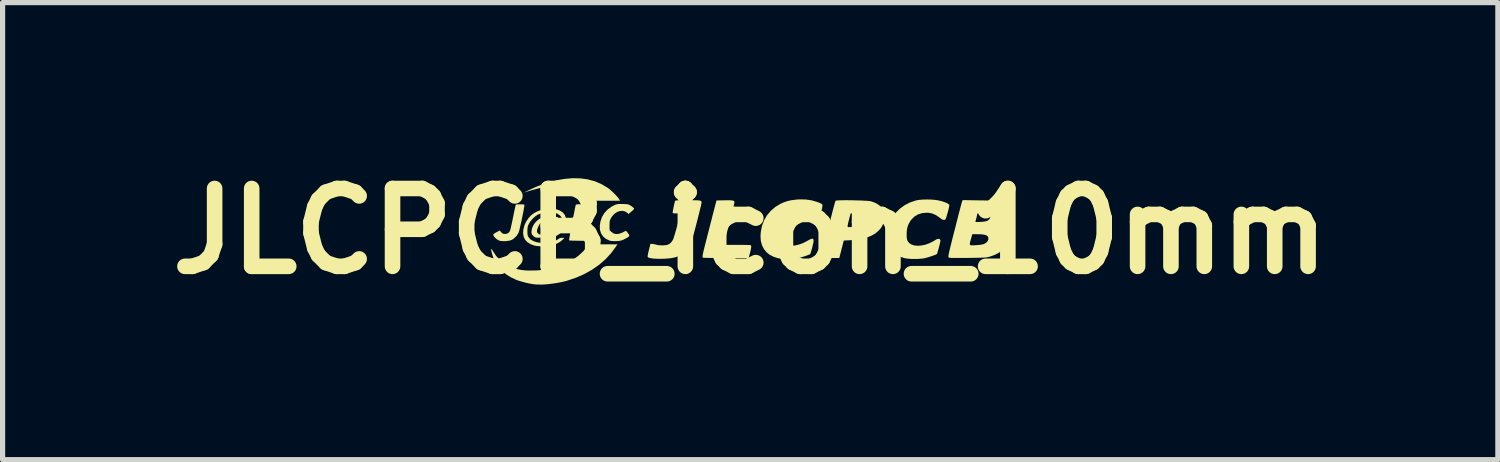
<source format=kicad_pcb>
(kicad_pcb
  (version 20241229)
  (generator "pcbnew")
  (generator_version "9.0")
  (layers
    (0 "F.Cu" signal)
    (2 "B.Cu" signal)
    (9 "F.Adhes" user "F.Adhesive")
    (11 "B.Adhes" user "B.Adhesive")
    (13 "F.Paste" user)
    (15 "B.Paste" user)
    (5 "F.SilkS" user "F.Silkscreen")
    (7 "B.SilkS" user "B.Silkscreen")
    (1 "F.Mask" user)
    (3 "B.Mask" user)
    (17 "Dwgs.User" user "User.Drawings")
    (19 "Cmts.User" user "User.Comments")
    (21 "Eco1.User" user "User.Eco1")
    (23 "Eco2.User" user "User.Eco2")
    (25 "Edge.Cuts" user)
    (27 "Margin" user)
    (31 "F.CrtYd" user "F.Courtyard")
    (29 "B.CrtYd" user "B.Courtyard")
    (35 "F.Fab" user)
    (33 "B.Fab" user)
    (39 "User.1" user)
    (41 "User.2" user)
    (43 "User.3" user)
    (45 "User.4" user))
  (footprint "JLCPCB_icon_10mm"
    (layer "F.Cu")
    (at 11.407 1.404)
    (property "Reference" "JLCPCB_icon_10mm" (at 0 0 0) (layer "F.SilkS") (effects (font (size 1.5 1.5) (thickness 0.3))))
    (attr board_only exclude_from_pos_files exclude_from_bom)
    (fp_poly (pts (xy -4.367 -0.738) (xy -4.372 -0.733) (xy -4.377 -0.738) (xy -4.372 -0.742)) (stroke (width 0) (type solid)) (fill yes) (layer "F.SilkS"))
    (fp_poly (pts (xy -3.273 -1.017) (xy -3.133 -0.998) (xy -3.003 -0.963) (xy -2.979 -0.955) (xy -2.856 -0.9) (xy -2.75 -0.837) (xy -2.715 -0.811) (xy -2.674 -0.776) (xy -2.632 -0.736) (xy -2.591 -0.695) (xy -2.557 -0.657) (xy -2.533 -0.625) (xy -2.527 -0.617) (xy -2.51 -0.586) (xy -2.779 -0.586) (xy -3.048 -0.586) (xy -3.07 -0.613) (xy -3.148 -0.697) (xy -3.231 -0.764) (xy -3.323 -0.814) (xy -3.427 -0.851) (xy -3.429 -0.851) (xy -3.494 -0.864) (xy -3.573 -0.872) (xy -3.661 -0.875) (xy -3.754 -0.874) (xy -3.846 -0.868) (xy -3.932 -0.856) (xy -3.959 -0.852) (xy -4.02 -0.838) (xy -4.093 -0.82) (xy -4.173 -0.799) (xy -4.252 -0.777) (xy -4.324 -0.755) (xy -4.342 -0.749) (xy -4.35 -0.747) (xy -4.343 -0.752) (xy -4.324 -0.762) (xy -4.294 -0.776) (xy -4.258 -0.794) (xy -4.217 -0.812) (xy -4.174 -0.832) (xy -4.133 -0.85) (xy -4.095 -0.866) (xy -4.074 -0.874) (xy -3.904 -0.934) (xy -3.737 -0.979) (xy -3.576 -1.007) (xy -3.421 -1.02)) (stroke (width 0) (type solid)) (fill yes) (layer "F.SilkS"))
    (fp_poly (pts (xy -3.24 -0.517) (xy -3.21 -0.515) (xy -3.193 -0.512) (xy -3.191 -0.51) (xy -3.192 -0.499) (xy -3.196 -0.471) (xy -3.203 -0.429) (xy -3.213 -0.376) (xy -3.224 -0.314) (xy -3.238 -0.245) (xy -3.239 -0.239) (xy -3.253 -0.17) (xy -3.265 -0.106) (xy -3.275 -0.051) (xy -3.282 -0.007) (xy -3.287 0.023) (xy -3.288 0.036) (xy -3.288 0.036) (xy -3.279 0.042) (xy -3.256 0.046) (xy -3.216 0.049) (xy -3.16 0.051) (xy -3.139 0.051) (xy -2.994 0.054) (xy -2.997 0.095) (xy -3.001 0.128) (xy -3.007 0.156) (xy -3.009 0.161) (xy -3.018 0.186) (xy -3.252 0.186) (xy -3.318 0.185) (xy -3.377 0.184) (xy -3.426 0.183) (xy -3.464 0.181) (xy -3.486 0.179) (xy -3.491 0.178) (xy -3.491 0.167) (xy -3.486 0.14) (xy -3.479 0.099) (xy -3.47 0.046) (xy -3.459 -0.015) (xy -3.446 -0.083) (xy -3.433 -0.154) (xy -3.419 -0.226) (xy -3.406 -0.296) (xy -3.392 -0.362) (xy -3.381 -0.422) (xy -3.37 -0.472) (xy -3.365 -0.496) (xy -3.361 -0.507) (xy -3.353 -0.513) (xy -3.337 -0.516) (xy -3.308 -0.518) (xy -3.278 -0.518)) (stroke (width 0) (type solid)) (fill yes) (layer "F.SilkS"))
    (fp_poly (pts (xy -2.586 0.296) (xy -2.68 0.424) (xy -2.789 0.542) (xy -2.914 0.65) (xy -3.052 0.746) (xy -3.203 0.83) (xy -3.364 0.9) (xy -3.536 0.957) (xy -3.577 0.968) (xy -3.685 0.992) (xy -3.796 1.01) (xy -3.906 1.023) (xy -4.01 1.03) (xy -4.104 1.029) (xy -4.155 1.025) (xy -4.231 1.014) (xy -4.316 0.996) (xy -4.402 0.973) (xy -4.481 0.949) (xy -4.507 0.939) (xy -4.616 0.888) (xy -4.714 0.825) (xy -4.8 0.751) (xy -4.871 0.668) (xy -4.902 0.619) (xy -4.923 0.578) (xy -4.945 0.527) (xy -4.964 0.474) (xy -4.979 0.423) (xy -4.989 0.38) (xy -4.992 0.353) (xy -4.99 0.342) (xy -4.985 0.343) (xy -4.974 0.359) (xy -4.958 0.386) (xy -4.894 0.481) (xy -4.817 0.562) (xy -4.726 0.63) (xy -4.655 0.67) (xy -4.578 0.704) (xy -4.503 0.729) (xy -4.426 0.746) (xy -4.339 0.756) (xy -4.278 0.759) (xy -4.119 0.758) (xy -3.964 0.743) (xy -3.815 0.713) (xy -3.673 0.671) (xy -3.541 0.617) (xy -3.419 0.551) (xy -3.31 0.474) (xy -3.216 0.387) (xy -3.14 0.295) (xy -3.111 0.254) (xy -2.835 0.254) (xy -2.559 0.254)) (stroke (width 0) (type solid)) (fill yes) (layer "F.SilkS"))
    (fp_poly (pts (xy -4.411 -0.517) (xy -4.38 -0.515) (xy -4.358 -0.512) (xy -4.353 -0.509) (xy -4.352 -0.496) (xy -4.356 -0.467) (xy -4.363 -0.425) (xy -4.372 -0.374) (xy -4.384 -0.315) (xy -4.397 -0.253) (xy -4.41 -0.189) (xy -4.424 -0.128) (xy -4.437 -0.072) (xy -4.448 -0.024) (xy -4.458 0.012) (xy -4.466 0.035) (xy -4.467 0.036) (xy -4.505 0.095) (xy -4.557 0.144) (xy -4.594 0.168) (xy -4.634 0.182) (xy -4.686 0.19) (xy -4.742 0.194) (xy -4.795 0.191) (xy -4.838 0.182) (xy -4.841 0.181) (xy -4.869 0.166) (xy -4.9 0.143) (xy -4.927 0.116) (xy -4.946 0.09) (xy -4.953 0.071) (xy -4.944 0.056) (xy -4.916 0.035) (xy -4.89 0.021) (xy -4.828 -0.012) (xy -4.799 0.021) (xy -4.776 0.042) (xy -4.754 0.052) (xy -4.725 0.054) (xy -4.689 0.05) (xy -4.663 0.036) (xy -4.656 0.03) (xy -4.646 0.02) (xy -4.638 0.01) (xy -4.631 -0.005) (xy -4.624 -0.025) (xy -4.616 -0.053) (xy -4.607 -0.091) (xy -4.596 -0.143) (xy -4.582 -0.208) (xy -4.566 -0.286) (xy -4.554 -0.349) (xy -4.542 -0.405) (xy -4.532 -0.451) (xy -4.524 -0.486) (xy -4.519 -0.505) (xy -4.518 -0.509) (xy -4.506 -0.513) (xy -4.48 -0.516) (xy -4.447 -0.517)) (stroke (width 0) (type solid)) (fill yes) (layer "F.SilkS"))
    (fp_poly (pts (xy -2.417 -0.522) (xy -2.382 -0.52) (xy -2.356 -0.516) (xy -2.335 -0.509) (xy -2.32 -0.501) (xy -2.283 -0.478) (xy -2.255 -0.456) (xy -2.239 -0.438) (xy -2.237 -0.432) (xy -2.244 -0.421) (xy -2.262 -0.402) (xy -2.288 -0.379) (xy -2.291 -0.376) (xy -2.346 -0.33) (xy -2.367 -0.35) (xy -2.411 -0.379) (xy -2.461 -0.391) (xy -2.513 -0.387) (xy -2.565 -0.369) (xy -2.614 -0.336) (xy -2.658 -0.29) (xy -2.682 -0.253) (xy -2.696 -0.226) (xy -2.705 -0.202) (xy -2.709 -0.175) (xy -2.711 -0.139) (xy -2.711 -0.109) (xy -2.711 -0.018) (xy -2.675 0.015) (xy -2.632 0.045) (xy -2.584 0.057) (xy -2.53 0.052) (xy -2.469 0.03) (xy -2.448 0.02) (xy -2.395 -0.008) (xy -2.358 0.036) (xy -2.339 0.062) (xy -2.331 0.081) (xy -2.334 0.098) (xy -2.352 0.115) (xy -2.386 0.135) (xy -2.415 0.15) (xy -2.453 0.169) (xy -2.484 0.18) (xy -2.514 0.187) (xy -2.552 0.191) (xy -2.581 0.192) (xy -2.633 0.193) (xy -2.672 0.19) (xy -2.705 0.184) (xy -2.721 0.178) (xy -2.786 0.146) (xy -2.837 0.1) (xy -2.874 0.044) (xy -2.895 -0.023) (xy -2.899 -0.098) (xy -2.888 -0.178) (xy -2.858 -0.269) (xy -2.812 -0.347) (xy -2.75 -0.415) (xy -2.673 -0.471) (xy -2.644 -0.486) (xy -2.613 -0.502) (xy -2.588 -0.513) (xy -2.564 -0.519) (xy -2.535 -0.522) (xy -2.496 -0.523) (xy -2.467 -0.523)) (stroke (width 0) (type solid)) (fill yes) (layer "F.SilkS"))
    (fp_poly (pts (xy -0.376 -0.594) (xy -0.341 -0.59) (xy -0.319 -0.584) (xy -0.307 -0.573) (xy -0.304 -0.557) (xy -0.307 -0.535) (xy -0.31 -0.521) (xy -0.316 -0.501) (xy -0.325 -0.464) (xy -0.338 -0.413) (xy -0.353 -0.351) (xy -0.371 -0.28) (xy -0.391 -0.203) (xy -0.409 -0.132) (xy -0.429 -0.052) (xy -0.448 0.022) (xy -0.465 0.09) (xy -0.48 0.147) (xy -0.491 0.192) (xy -0.499 0.223) (xy -0.502 0.237) (xy -0.508 0.264) (xy -0.26 0.264) (xy -0.191 0.264) (xy -0.129 0.265) (xy -0.075 0.266) (xy -0.033 0.267) (xy -0.006 0.268) (xy 0.004 0.27) (xy 0.013 0.275) (xy 0.018 0.285) (xy 0.019 0.301) (xy 0.016 0.327) (xy 0.009 0.364) (xy -0.003 0.415) (xy -0.021 0.481) (xy -0.03 0.518) (xy -0.468 0.518) (xy -0.558 0.518) (xy -0.643 0.517) (xy -0.719 0.517) (xy -0.786 0.516) (xy -0.84 0.515) (xy -0.881 0.514) (xy -0.905 0.512) (xy -0.912 0.511) (xy -0.917 0.501) (xy -0.918 0.483) (xy -0.914 0.455) (xy -0.907 0.415) (xy -0.894 0.36) (xy -0.877 0.29) (xy -0.871 0.267) (xy -0.854 0.201) (xy -0.834 0.123) (xy -0.812 0.037) (xy -0.79 -0.05) (xy -0.769 -0.132) (xy -0.763 -0.156) (xy -0.744 -0.228) (xy -0.726 -0.3) (xy -0.708 -0.368) (xy -0.693 -0.427) (xy -0.681 -0.474) (xy -0.676 -0.493) (xy -0.65 -0.591) (xy -0.493 -0.594) (xy -0.426 -0.595)) (stroke (width 0) (type solid)) (fill yes) (layer "F.SilkS"))
    (fp_poly (pts (xy 1.068 -0.61) (xy 1.185 -0.593) (xy 1.294 -0.561) (xy 1.325 -0.549) (xy 1.359 -0.534) (xy 1.379 -0.523) (xy 1.389 -0.512) (xy 1.391 -0.498) (xy 1.391 -0.487) (xy 1.388 -0.462) (xy 1.381 -0.425) (xy 1.37 -0.382) (xy 1.357 -0.337) (xy 1.344 -0.294) (xy 1.332 -0.257) (xy 1.321 -0.23) (xy 1.313 -0.218) (xy 1.313 -0.218) (xy 1.284 -0.217) (xy 1.247 -0.233) (xy 1.21 -0.26) (xy 1.142 -0.306) (xy 1.064 -0.34) (xy 1.013 -0.353) (xy 0.945 -0.358) (xy 0.871 -0.348) (xy 0.799 -0.324) (xy 0.733 -0.288) (xy 0.696 -0.26) (xy 0.651 -0.208) (xy 0.614 -0.142) (xy 0.587 -0.068) (xy 0.572 0.01) (xy 0.57 0.086) (xy 0.571 0.091) (xy 0.578 0.144) (xy 0.591 0.184) (xy 0.613 0.217) (xy 0.632 0.236) (xy 0.673 0.263) (xy 0.728 0.278) (xy 0.792 0.282) (xy 0.864 0.276) (xy 0.939 0.258) (xy 1.016 0.231) (xy 1.091 0.193) (xy 1.103 0.186) (xy 1.149 0.161) (xy 1.183 0.147) (xy 1.206 0.147) (xy 1.218 0.161) (xy 1.221 0.19) (xy 1.214 0.235) (xy 1.199 0.297) (xy 1.197 0.308) (xy 1.184 0.354) (xy 1.172 0.394) (xy 1.163 0.424) (xy 1.158 0.439) (xy 1.158 0.44) (xy 1.145 0.448) (xy 1.118 0.459) (xy 1.081 0.473) (xy 1.037 0.488) (xy 0.991 0.502) (xy 0.947 0.514) (xy 0.915 0.522) (xy 0.862 0.53) (xy 0.797 0.535) (xy 0.727 0.536) (xy 0.657 0.535) (xy 0.593 0.531) (xy 0.543 0.523) (xy 0.542 0.523) (xy 0.45 0.494) (xy 0.37 0.452) (xy 0.319 0.411) (xy 0.265 0.347) (xy 0.227 0.273) (xy 0.204 0.188) (xy 0.198 0.092) (xy 0.204 0.013) (xy 0.227 -0.103) (xy 0.268 -0.209) (xy 0.325 -0.307) (xy 0.398 -0.393) (xy 0.484 -0.467) (xy 0.584 -0.527) (xy 0.635 -0.55) (xy 0.713 -0.578) (xy 0.798 -0.597) (xy 0.895 -0.608) (xy 0.948 -0.612)) (stroke (width 0) (type solid)) (fill yes) (layer "F.SilkS"))
    (fp_poly (pts (xy 1.917 -0.595) (xy 1.989 -0.594) (xy 2.061 -0.592) (xy 2.13 -0.59) (xy 2.194 -0.587) (xy 2.249 -0.584) (xy 2.294 -0.58) (xy 2.325 -0.575) (xy 2.332 -0.573) (xy 2.417 -0.542) (xy 2.484 -0.5) (xy 2.535 -0.449) (xy 2.568 -0.389) (xy 2.585 -0.319) (xy 2.584 -0.239) (xy 2.579 -0.205) (xy 2.557 -0.128) (xy 2.52 -0.061) (xy 2.465 0.000242) (xy 2.463 0.001) (xy 2.402 0.05) (xy 2.333 0.089) (xy 2.252 0.121) (xy 2.16 0.146) (xy 2.054 0.163) (xy 1.932 0.175) (xy 1.861 0.178) (xy 1.803 0.181) (xy 1.786 0.244) (xy 1.777 0.282) (xy 1.764 0.33) (xy 1.751 0.383) (xy 1.743 0.413) (xy 1.716 0.518) (xy 1.553 0.518) (xy 1.491 0.517) (xy 1.445 0.516) (xy 1.414 0.514) (xy 1.393 0.511) (xy 1.382 0.507) (xy 1.377 0.503) (xy 1.374 0.495) (xy 1.373 0.48) (xy 1.376 0.456) (xy 1.383 0.422) (xy 1.394 0.373) (xy 1.41 0.308) (xy 1.411 0.305) (xy 1.451 0.147) (xy 1.487 0.008) (xy 1.513 -0.094) (xy 1.876 -0.094) (xy 1.877 -0.085) (xy 1.884 -0.08) (xy 1.899 -0.078) (xy 1.927 -0.078) (xy 1.968 -0.08) (xy 2.019 -0.084) (xy 2.058 -0.091) (xy 2.09 -0.101) (xy 2.114 -0.111) (xy 2.163 -0.143) (xy 2.194 -0.183) (xy 2.207 -0.228) (xy 2.208 -0.239) (xy 2.204 -0.276) (xy 2.189 -0.304) (xy 2.163 -0.324) (xy 2.123 -0.336) (xy 2.067 -0.341) (xy 2.028 -0.342) (xy 1.935 -0.342) (xy 1.925 -0.305) (xy 1.909 -0.243) (xy 1.895 -0.188) (xy 1.884 -0.142) (xy 1.878 -0.109) (xy 1.876 -0.094) (xy 1.513 -0.094) (xy 1.518 -0.115) (xy 1.545 -0.221) (xy 1.569 -0.312) (xy 1.588 -0.388) (xy 1.605 -0.45) (xy 1.618 -0.499) (xy 1.629 -0.537) (xy 1.636 -0.563) (xy 1.642 -0.579) (xy 1.645 -0.585) (xy 1.658 -0.589) (xy 1.687 -0.592) (xy 1.731 -0.594) (xy 1.785 -0.595) (xy 1.848 -0.596)) (stroke (width 0) (type solid)) (fill yes) (layer "F.SilkS"))
    (fp_poly (pts (xy -1.122 -0.596) (xy -1.06 -0.595) (xy -1.013 -0.594) (xy -0.98 -0.59) (xy -0.957 -0.585) (xy -0.945 -0.577) (xy -0.939 -0.566) (xy -0.938 -0.552) (xy -0.941 -0.533) (xy -0.941 -0.53) (xy -0.945 -0.51) (xy -0.953 -0.475) (xy -0.965 -0.427) (xy -0.979 -0.369) (xy -0.995 -0.305) (xy -1.007 -0.259) (xy -1.037 -0.14) (xy -1.064 -0.038) (xy -1.087 0.048) (xy -1.108 0.12) (xy -1.127 0.18) (xy -1.144 0.229) (xy -1.161 0.27) (xy -1.178 0.303) (xy -1.195 0.332) (xy -1.214 0.356) (xy -1.234 0.379) (xy -1.257 0.401) (xy -1.259 0.402) (xy -1.315 0.446) (xy -1.376 0.48) (xy -1.446 0.505) (xy -1.527 0.521) (xy -1.622 0.53) (xy -1.661 0.532) (xy -1.717 0.533) (xy -1.774 0.533) (xy -1.823 0.531) (xy -1.861 0.529) (xy -1.861 0.529) (xy -1.911 0.522) (xy -1.945 0.515) (xy -1.966 0.507) (xy -1.976 0.495) (xy -1.977 0.493) (xy -1.977 0.479) (xy -1.972 0.45) (xy -1.964 0.41) (xy -1.953 0.366) (xy -1.942 0.322) (xy -1.933 0.285) (xy -1.927 0.26) (xy -1.925 0.249) (xy -1.916 0.245) (xy -1.894 0.245) (xy -1.863 0.249) (xy -1.829 0.257) (xy -1.822 0.259) (xy -1.776 0.269) (xy -1.72 0.274) (xy -1.662 0.273) (xy -1.612 0.268) (xy -1.595 0.264) (xy -1.551 0.243) (xy -1.513 0.204) (xy -1.485 0.158) (xy -1.478 0.14) (xy -1.468 0.107) (xy -1.454 0.062) (xy -1.439 0.009) (xy -1.422 -0.05) (xy -1.405 -0.11) (xy -1.389 -0.17) (xy -1.374 -0.225) (xy -1.362 -0.272) (xy -1.353 -0.309) (xy -1.349 -0.331) (xy -1.348 -0.335) (xy -1.357 -0.338) (xy -1.381 -0.341) (xy -1.415 -0.342) (xy -1.421 -0.342) (xy -1.459 -0.342) (xy -1.481 -0.344) (xy -1.491 -0.349) (xy -1.495 -0.358) (xy -1.495 -0.362) (xy -1.493 -0.378) (xy -1.487 -0.409) (xy -1.48 -0.448) (xy -1.471 -0.49) (xy -1.462 -0.53) (xy -1.454 -0.563) (xy -1.45 -0.579) (xy -1.447 -0.584) (xy -1.44 -0.588) (xy -1.427 -0.591) (xy -1.406 -0.593) (xy -1.374 -0.595) (xy -1.329 -0.596) (xy -1.269 -0.596) (xy -1.202 -0.596)) (stroke (width 0) (type solid)) (fill yes) (layer "F.SilkS"))
    (fp_poly (pts (xy 3.476 -0.609) (xy 3.549 -0.603) (xy 3.613 -0.595) (xy 3.624 -0.592) (xy 3.685 -0.578) (xy 3.739 -0.561) (xy 3.784 -0.543) (xy 3.817 -0.525) (xy 3.835 -0.509) (xy 3.837 -0.503) (xy 3.836 -0.487) (xy 3.829 -0.456) (xy 3.82 -0.414) (xy 3.807 -0.366) (xy 3.803 -0.352) (xy 3.788 -0.3) (xy 3.777 -0.263) (xy 3.768 -0.24) (xy 3.761 -0.226) (xy 3.752 -0.22) (xy 3.741 -0.217) (xy 3.736 -0.217) (xy 3.717 -0.218) (xy 3.694 -0.228) (xy 3.665 -0.248) (xy 3.647 -0.262) (xy 3.577 -0.31) (xy 3.507 -0.34) (xy 3.433 -0.354) (xy 3.4 -0.355) (xy 3.312 -0.347) (xy 3.233 -0.322) (xy 3.164 -0.281) (xy 3.106 -0.223) (xy 3.085 -0.195) (xy 3.051 -0.135) (xy 3.029 -0.075) (xy 3.017 -0.006) (xy 3.014 0.059) (xy 3.015 0.109) (xy 3.019 0.146) (xy 3.026 0.174) (xy 3.032 0.188) (xy 3.063 0.229) (xy 3.107 0.258) (xy 3.162 0.276) (xy 3.226 0.282) (xy 3.297 0.277) (xy 3.372 0.262) (xy 3.449 0.235) (xy 3.525 0.197) (xy 3.553 0.18) (xy 3.593 0.157) (xy 3.622 0.148) (xy 3.643 0.151) (xy 3.657 0.161) (xy 3.663 0.169) (xy 3.665 0.181) (xy 3.663 0.199) (xy 3.657 0.228) (xy 3.647 0.271) (xy 3.638 0.305) (xy 3.625 0.353) (xy 3.613 0.394) (xy 3.604 0.424) (xy 3.598 0.44) (xy 3.597 0.441) (xy 3.582 0.45) (xy 3.553 0.461) (xy 3.514 0.476) (xy 3.47 0.49) (xy 3.425 0.504) (xy 3.383 0.516) (xy 3.354 0.523) (xy 3.302 0.53) (xy 3.238 0.535) (xy 3.168 0.536) (xy 3.098 0.535) (xy 3.034 0.53) (xy 2.984 0.523) (xy 2.982 0.523) (xy 2.897 0.496) (xy 2.82 0.457) (xy 2.755 0.406) (xy 2.704 0.347) (xy 2.682 0.31) (xy 2.658 0.242) (xy 2.644 0.163) (xy 2.641 0.076) (xy 2.648 -0.013) (xy 2.666 -0.099) (xy 2.687 -0.163) (xy 2.737 -0.263) (xy 2.804 -0.354) (xy 2.884 -0.433) (xy 2.978 -0.501) (xy 3.082 -0.554) (xy 3.196 -0.592) (xy 3.2 -0.593) (xy 3.255 -0.602) (xy 3.323 -0.608) (xy 3.398 -0.61)) (stroke (width 0) (type solid)) (fill yes) (layer "F.SilkS"))
    (fp_poly (pts (xy 4.404 -0.593) (xy 4.494 -0.592) (xy 4.566 -0.59) (xy 4.624 -0.589) (xy 4.669 -0.586) (xy 4.704 -0.584) (xy 4.731 -0.58) (xy 4.753 -0.576) (xy 4.767 -0.572) (xy 4.848 -0.54) (xy 4.911 -0.502) (xy 4.956 -0.458) (xy 4.984 -0.407) (xy 4.987 -0.396) (xy 4.998 -0.352) (xy 5.001 -0.314) (xy 4.994 -0.273) (xy 4.987 -0.246) (xy 4.959 -0.185) (xy 4.914 -0.134) (xy 4.869 -0.101) (xy 4.844 -0.086) (xy 4.829 -0.074) (xy 4.827 -0.07) (xy 4.834 -0.061) (xy 4.853 -0.045) (xy 4.868 -0.034) (xy 4.898 -0.007) (xy 4.925 0.027) (xy 4.932 0.039) (xy 4.944 0.066) (xy 4.95 0.092) (xy 4.952 0.124) (xy 4.95 0.156) (xy 4.938 0.234) (xy 4.908 0.302) (xy 4.862 0.361) (xy 4.799 0.412) (xy 4.718 0.455) (xy 4.636 0.485) (xy 4.612 0.492) (xy 4.592 0.498) (xy 4.571 0.502) (xy 4.549 0.506) (xy 4.521 0.508) (xy 4.487 0.51) (xy 4.444 0.512) (xy 4.39 0.513) (xy 4.321 0.514) (xy 4.237 0.515) (xy 4.189 0.516) (xy 4.096 0.516) (xy 4.021 0.517) (xy 3.961 0.517) (xy 3.915 0.517) (xy 3.881 0.516) (xy 3.856 0.515) (xy 3.84 0.513) (xy 3.83 0.51) (xy 3.825 0.506) (xy 3.821 0.501) (xy 3.821 0.501) (xy 3.819 0.49) (xy 3.82 0.471) (xy 3.825 0.44) (xy 3.834 0.398) (xy 3.848 0.34) (xy 3.866 0.267) (xy 3.872 0.244) (xy 4.231 0.244) (xy 4.234 0.262) (xy 4.247 0.272) (xy 4.269 0.274) (xy 4.304 0.273) (xy 4.346 0.271) (xy 4.41 0.266) (xy 4.461 0.259) (xy 4.498 0.25) (xy 4.502 0.249) (xy 4.544 0.225) (xy 4.574 0.194) (xy 4.589 0.159) (xy 4.588 0.124) (xy 4.577 0.101) (xy 4.553 0.082) (xy 4.511 0.069) (xy 4.451 0.061) (xy 4.373 0.059) (xy 4.372 0.059) (xy 4.279 0.059) (xy 4.265 0.11) (xy 4.248 0.17) (xy 4.236 0.214) (xy 4.231 0.244) (xy 3.872 0.244) (xy 3.878 0.219) (xy 3.9 0.131) (xy 3.925 0.032) (xy 3.952 -0.071) (xy 3.977 -0.172) (xy 3.98 -0.183) (xy 4.34 -0.183) (xy 4.344 -0.178) (xy 4.356 -0.176) (xy 4.381 -0.176) (xy 4.42 -0.177) (xy 4.439 -0.178) (xy 4.494 -0.182) (xy 4.533 -0.188) (xy 4.561 -0.196) (xy 4.574 -0.202) (xy 4.606 -0.228) (xy 4.624 -0.258) (xy 4.629 -0.288) (xy 4.618 -0.314) (xy 4.596 -0.33) (xy 4.576 -0.335) (xy 4.541 -0.339) (xy 4.499 -0.342) (xy 4.475 -0.342) (xy 4.379 -0.342) (xy 4.363 -0.276) (xy 4.354 -0.24) (xy 4.346 -0.209) (xy 4.341 -0.191) (xy 4.34 -0.183) (xy 3.98 -0.183) (xy 4.001 -0.263) (xy 4.009 -0.298) (xy 4.027 -0.367) (xy 4.044 -0.43) (xy 4.058 -0.485) (xy 4.07 -0.53) (xy 4.079 -0.561) (xy 4.084 -0.575) (xy 4.094 -0.598)) (stroke (width 0) (type solid)) (fill yes) (layer "F.SilkS"))
    (fp_poly (pts (xy -3.821 -0.434) (xy -3.735 -0.42) (xy -3.665 -0.395) (xy -3.611 -0.359) (xy -3.574 -0.313) (xy -3.552 -0.255) (xy -3.546 -0.195) (xy -3.556 -0.124) (xy -3.582 -0.058) (xy -3.622 0.002) (xy -3.675 0.053) (xy -3.737 0.092) (xy -3.805 0.118) (xy -3.878 0.127) (xy -3.878 0.127) (xy -3.914 0.125) (xy -3.935 0.12) (xy -3.945 0.111) (xy -3.952 0.101) (xy -3.963 0.1) (xy -3.983 0.106) (xy -3.995 0.111) (xy -4.029 0.12) (xy -4.07 0.126) (xy -4.089 0.127) (xy -4.123 0.125) (xy -4.146 0.118) (xy -4.169 0.103) (xy -4.179 0.094) (xy -4.2 0.072) (xy -4.211 0.053) (xy -4.215 0.029) (xy -4.215 0.011) (xy -4.109 0.011) (xy -4.101 0.031) (xy -4.089 0.044) (xy -4.066 0.062) (xy -4.043 0.067) (xy -4.014 0.059) (xy -3.999 0.052) (xy -3.961 0.027) (xy -3.927 -0.01) (xy -3.899 -0.054) (xy -3.881 -0.099) (xy -3.873 -0.142) (xy -3.879 -0.176) (xy -3.898 -0.202) (xy -3.925 -0.212) (xy -3.959 -0.21) (xy -3.994 -0.196) (xy -4.029 -0.17) (xy -4.059 -0.134) (xy -4.075 -0.107) (xy -4.091 -0.071) (xy -4.103 -0.036) (xy -4.108 -0.017) (xy -4.109 0.011) (xy -4.215 0.011) (xy -4.215 0.007) (xy -4.207 -0.049) (xy -4.185 -0.103) (xy -4.153 -0.153) (xy -4.113 -0.197) (xy -4.066 -0.234) (xy -4.017 -0.261) (xy -3.967 -0.276) (xy -3.919 -0.279) (xy -3.875 -0.266) (xy -3.86 -0.256) (xy -3.83 -0.234) (xy -3.81 -0.254) (xy -3.785 -0.269) (xy -3.749 -0.274) (xy -3.747 -0.274) (xy -3.72 -0.272) (xy -3.704 -0.268) (xy -3.702 -0.266) (xy -3.706 -0.255) (xy -3.716 -0.23) (xy -3.732 -0.192) (xy -3.752 -0.146) (xy -3.768 -0.11) (xy -3.794 -0.048) (xy -3.812 -0.002) (xy -3.821 0.029) (xy -3.822 0.048) (xy -3.814 0.055) (xy -3.798 0.053) (xy -3.774 0.043) (xy -3.767 0.039) (xy -3.719 0.007) (xy -3.676 -0.038) (xy -3.642 -0.091) (xy -3.621 -0.147) (xy -3.615 -0.192) (xy -3.623 -0.232) (xy -3.644 -0.274) (xy -3.67 -0.305) (xy -3.718 -0.337) (xy -3.778 -0.359) (xy -3.847 -0.369) (xy -3.922 -0.367) (xy -3.997 -0.353) (xy -4.071 -0.328) (xy -4.093 -0.318) (xy -4.143 -0.285) (xy -4.194 -0.239) (xy -4.238 -0.186) (xy -4.267 -0.138) (xy -4.281 -0.107) (xy -4.289 -0.078) (xy -4.293 -0.044) (xy -4.294 0.001) (xy -4.293 0.044) (xy -4.29 0.073) (xy -4.284 0.095) (xy -4.272 0.116) (xy -4.267 0.124) (xy -4.232 0.162) (xy -4.181 0.191) (xy -4.12 0.212) (xy -4.051 0.225) (xy -3.977 0.229) (xy -3.903 0.225) (xy -3.83 0.212) (xy -3.764 0.19) (xy -3.707 0.159) (xy -3.697 0.152) (xy -3.667 0.134) (xy -3.637 0.128) (xy -3.622 0.129) (xy -3.581 0.132) (xy -3.62 0.17) (xy -3.672 0.211) (xy -3.738 0.246) (xy -3.811 0.273) (xy -3.827 0.278) (xy -3.873 0.286) (xy -3.931 0.291) (xy -3.995 0.292) (xy -4.059 0.291) (xy -4.116 0.286) (xy -4.159 0.278) (xy -4.233 0.251) (xy -4.292 0.214) (xy -4.337 0.167) (xy -4.364 0.113) (xy -4.365 0.109) (xy -4.377 0.039) (xy -4.371 -0.036) (xy -4.351 -0.112) (xy -4.316 -0.187) (xy -4.269 -0.256) (xy -4.215 -0.312) (xy -4.157 -0.353) (xy -4.086 -0.387) (xy -4.007 -0.414) (xy -3.926 -0.431) (xy -3.85 -0.436)) (stroke (width 0) (type solid)) (fill yes) (layer "F.SilkS")))
  (gr_rect
    (start -3 -3)
    (end 25.814 5.808)
    (stroke (width 0.1) (type default))
    (fill no)
    (layer "Edge.Cuts")))
</source>
